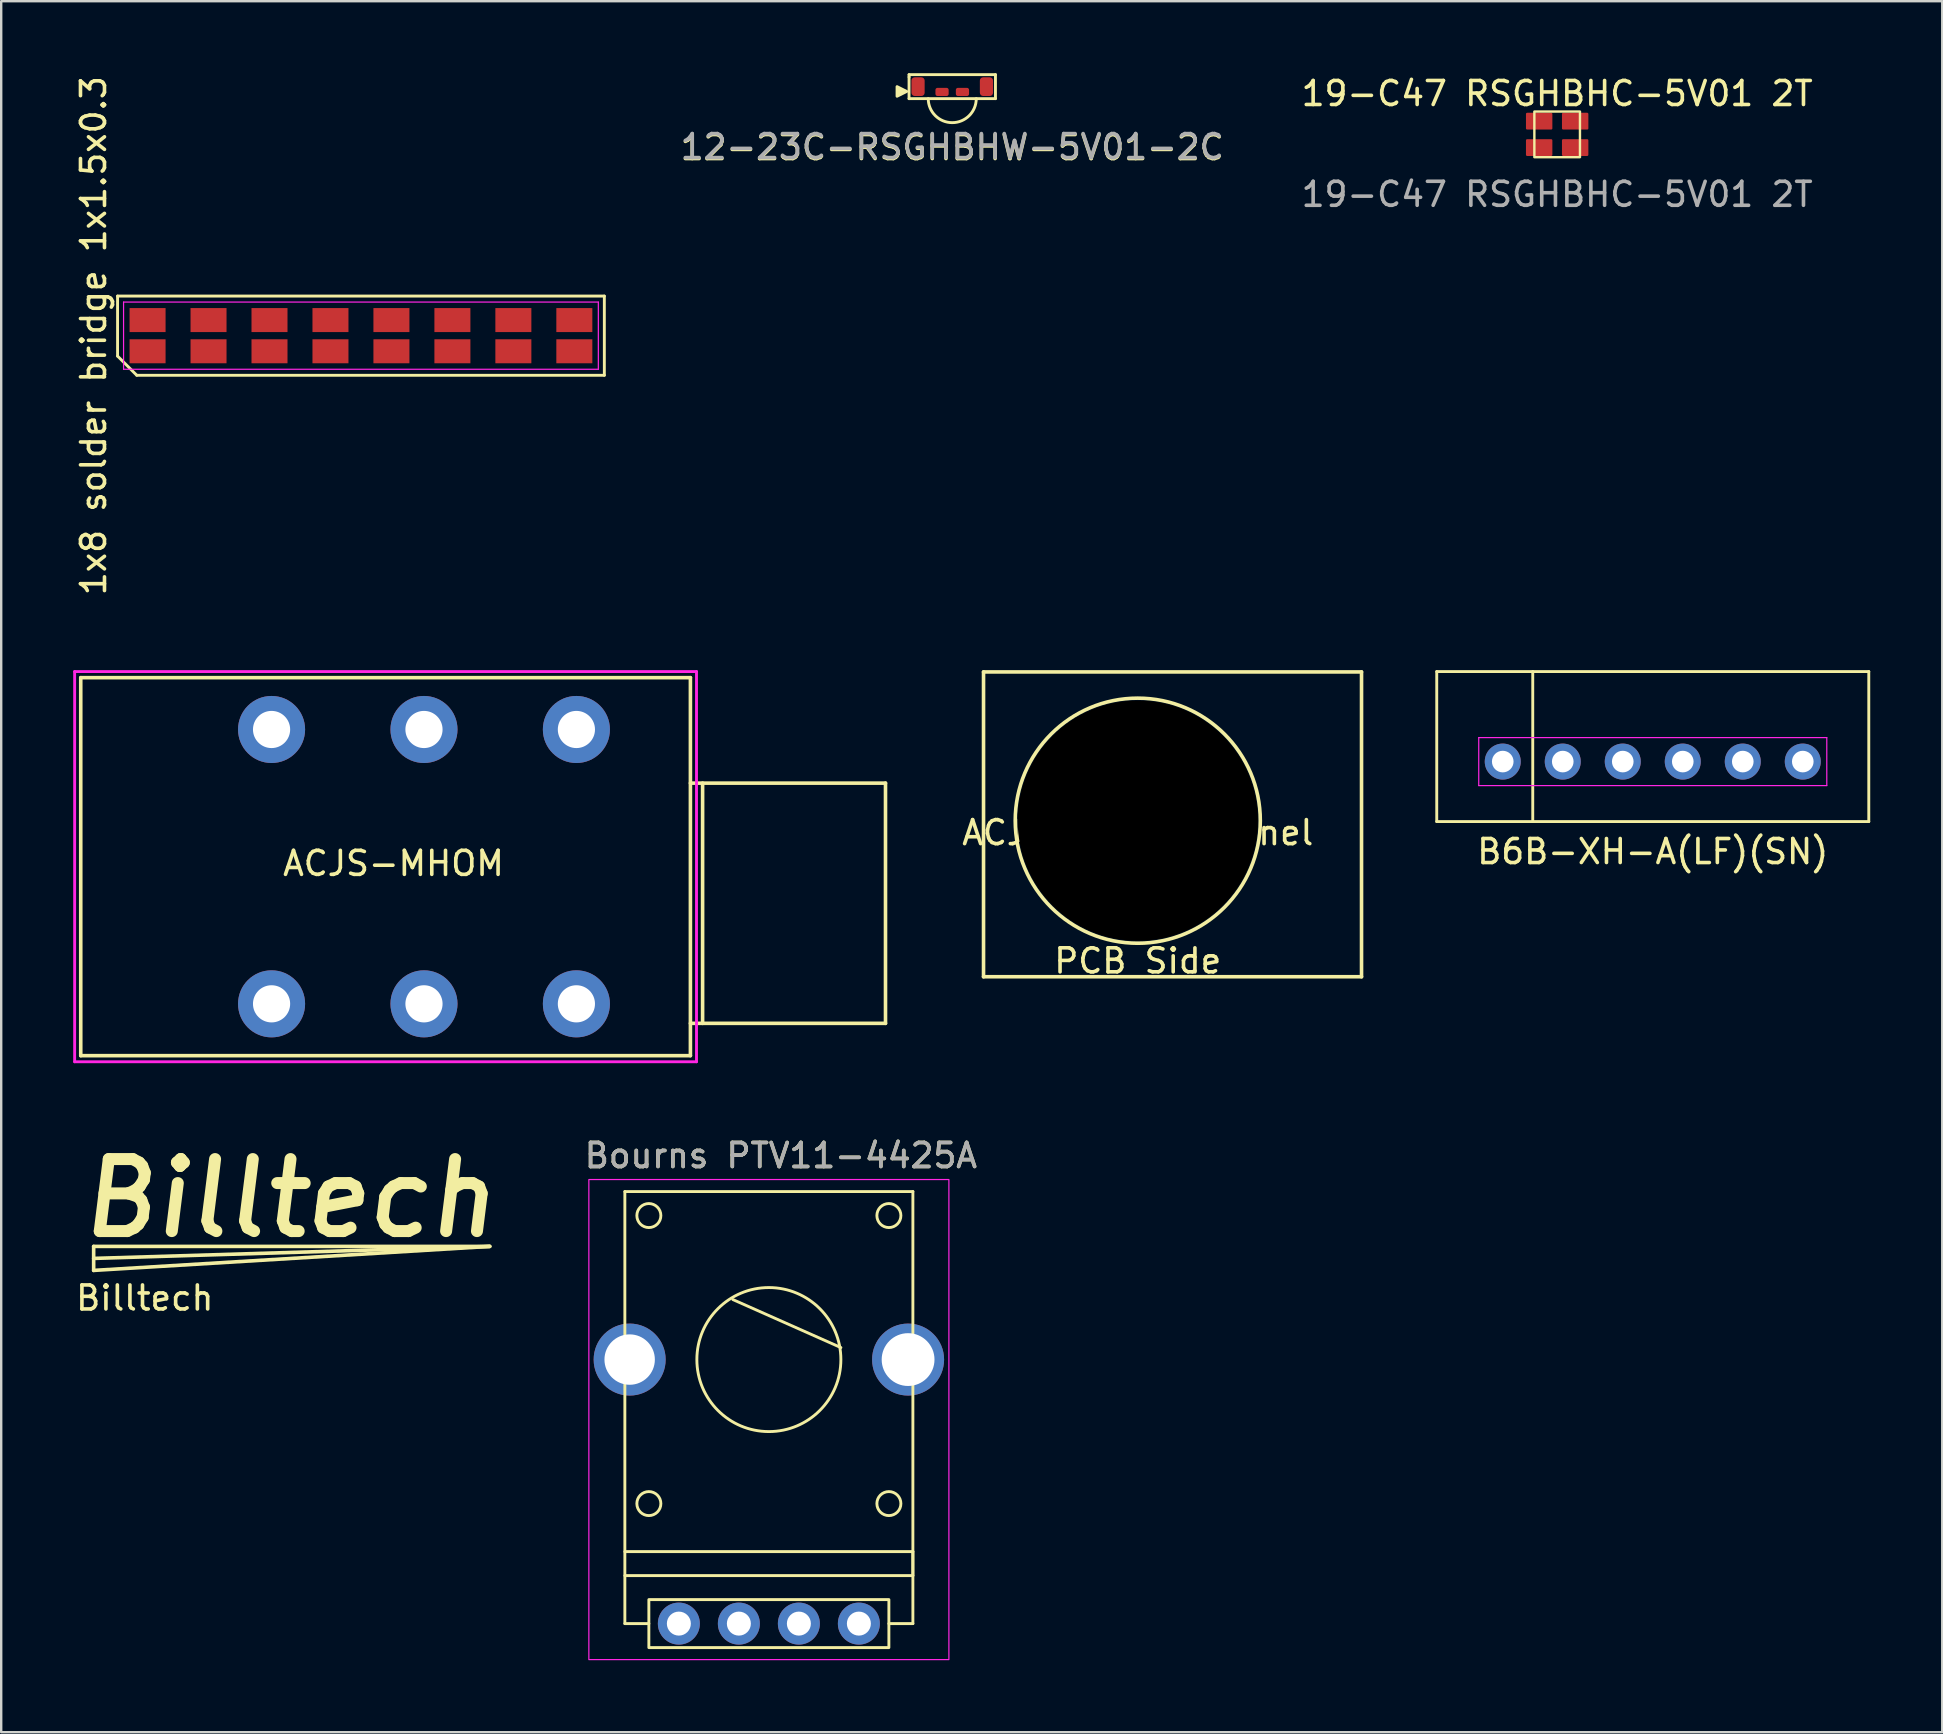
<source format=kicad_pcb>
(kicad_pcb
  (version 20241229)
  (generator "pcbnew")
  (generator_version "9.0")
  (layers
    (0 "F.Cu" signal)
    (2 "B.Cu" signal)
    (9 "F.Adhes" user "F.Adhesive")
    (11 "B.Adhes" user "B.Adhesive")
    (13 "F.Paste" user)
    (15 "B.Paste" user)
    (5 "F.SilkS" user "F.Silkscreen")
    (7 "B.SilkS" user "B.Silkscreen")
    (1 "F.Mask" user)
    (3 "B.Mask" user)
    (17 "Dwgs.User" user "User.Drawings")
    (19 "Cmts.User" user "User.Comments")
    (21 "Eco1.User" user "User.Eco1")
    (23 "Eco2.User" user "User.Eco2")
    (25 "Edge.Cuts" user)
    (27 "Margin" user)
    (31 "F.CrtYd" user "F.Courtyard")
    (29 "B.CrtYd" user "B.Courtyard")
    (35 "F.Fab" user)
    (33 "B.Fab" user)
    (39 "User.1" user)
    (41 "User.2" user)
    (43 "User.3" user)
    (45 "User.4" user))
  (footprint "19-C47 RSGHBHC-5V01 2T"
    (layer "F.Cu")
    (at 61.825 2.548)
    (property "Reference" "19-C47 RSGHBHC-5V01 2T" (at 0 -1.7 0) (unlocked yes) (layer "F.SilkS") (effects (font (size 1 1) (thickness 0.15))))
    (attr smd)
    (fp_rect (start -0.95 -0.95) (end 0.95 0.95) (stroke (width 0.1) (type default)) (fill no) (layer "F.SilkS"))
    (fp_text user "${REFERENCE}" (at 0 2.5 0) (unlocked yes) (layer "F.Fab") (effects (font (size 1 1) (thickness 0.15))))
    (pad "1" smd roundrect (at 0.75 0.55) (size 1.1 0.7) (layers "F.Cu" "F.Mask" "F.Paste") (roundrect_rratio 0.071))
    (pad "2" smd roundrect (at 0.75 -0.55) (size 1.1 0.7) (layers "F.Cu" "F.Mask" "F.Paste") (roundrect_rratio 0.071))
    (pad "3" smd roundrect (at -0.75 0.55) (size 1.1 0.7) (layers "F.Cu" "F.Mask" "F.Paste") (roundrect_rratio 0.071))
    (pad "4" smd roundrect (at -0.75 -0.55) (size 1.1 0.7) (layers "F.Cu" "F.Mask" "F.Paste") (roundrect_rratio 0.071)))
  (footprint "Bourns PTV11-4425A"
    (layer "F.Cu")
    (at 28.983 53.593)
    (property "Reference" "Bourns PTV11-4425A" (at 0.5 -8.5 0) (unlocked yes) (layer "F.SilkS") (effects (font (size 1 1) (thickness 0.15))))
    (attr through_hole)
    (fp_line (start -6 -7) (end 6 -7) (stroke (width 0.12) (type solid)) (layer "F.SilkS"))
    (fp_line (start -6 8) (end 6 8) (stroke (width 0.12) (type solid)) (layer "F.SilkS"))
    (fp_line (start -6 11) (end -6 -7) (stroke (width 0.12) (type solid)) (layer "F.SilkS"))
    (fp_line (start -5 11) (end -6 11) (stroke (width 0.12) (type solid)) (layer "F.SilkS"))
    (fp_line (start -1.5 -2.5) (end 3 -0.5) (stroke (width 0.12) (type solid)) (layer "F.SilkS"))
    (fp_line (start 6 -7) (end 6 11) (stroke (width 0.12) (type solid)) (layer "F.SilkS"))
    (fp_line (start 6 8) (end 6 9) (stroke (width 0.12) (type solid)) (layer "F.SilkS"))
    (fp_line (start 6 9) (end -6 9) (stroke (width 0.12) (type solid)) (layer "F.SilkS"))
    (fp_line (start 6 11) (end 5 11) (stroke (width 0.12) (type solid)) (layer "F.SilkS"))
    (fp_rect (start -5 10) (end 5 12) (stroke (width 0.12) (type solid)) (fill no) (layer "F.SilkS"))
    (fp_circle (center -5 -6) (end -4.5 -6) (stroke (width 0.12) (type solid)) (fill no) (layer "F.SilkS"))
    (fp_circle (center -5 6) (end -4.5 6) (stroke (width 0.12) (type solid)) (fill no) (layer "F.SilkS"))
    (fp_circle (center 0 0) (end 3 0) (stroke (width 0.12) (type solid)) (fill no) (layer "F.SilkS"))
    (fp_circle (center 5 -6) (end 5.5 -6) (stroke (width 0.12) (type solid)) (fill no) (layer "F.SilkS"))
    (fp_circle (center 5 6) (end 4.5 6) (stroke (width 0.12) (type solid)) (fill no) (layer "F.SilkS"))
    (fp_rect (start 7.5 12.5) (end -7.5 -7.5) (stroke (width 0.05) (type solid)) (fill no) (layer "F.CrtYd"))
    (fp_text user "${REFERENCE}" (at 0.5 -8.5 0) (unlocked yes) (layer "F.Fab") (effects (font (size 1 1) (thickness 0.15))))
    (pad "" np_thru_hole circle (at -5.8 0) (size 3 3) (drill 2.1) (layers "*.Cu" "*.Mask"))
    (pad "" np_thru_hole circle (at 3.75 11) (size 1.75 1.75) (drill 1) (layers "*.Cu" "*.Mask"))
    (pad "" np_thru_hole circle (at 5.8 0) (size 3 3) (drill 2.2) (layers "*.Cu" "*.Mask"))
    (pad "1" thru_hole circle (at -3.75 11) (size 1.75 1.75) (drill 1) (layers "*.Cu" "*.Mask"))
    (pad "2" thru_hole circle (at -1.25 11) (size 1.75 1.75) (drill 1) (layers "*.Cu" "*.Mask"))
    (pad "3" thru_hole circle (at 1.25 11) (size 1.75 1.75) (drill 1) (layers "*.Cu" "*.Mask")))
  (footprint "ACJS-MHOM"
    (layer "F.Cu")
    (at 25.714 34.581)
    (property "Reference" "ACJS-MHOM" (at -12.37 -1.659 0) (layer "F.SilkS") (effects (font (size 1 1) (thickness 0.15))))
    (attr through_hole)
    (fp_line (start -25.4 6.35) (end -25.4 -9.398) (stroke (width 0.15) (type solid)) (layer "F.SilkS"))
    (fp_line (start 0 -9.398) (end -25.4 -9.398) (stroke (width 0.15) (type solid)) (layer "F.SilkS"))
    (fp_line (start 0 -9.398) (end 0 6.35) (stroke (width 0.15) (type solid)) (layer "F.SilkS"))
    (fp_line (start 0 -5.004) (end 8.128 -5.004) (stroke (width 0.15) (type solid)) (layer "F.SilkS"))
    (fp_line (start 0 5.004) (end 8.128 5.004) (stroke (width 0.15) (type solid)) (layer "F.SilkS"))
    (fp_line (start 0 6.35) (end -25.4 6.35) (stroke (width 0.15) (type solid)) (layer "F.SilkS"))
    (fp_line (start 0.508 -5.004) (end 0.508 5.004) (stroke (width 0.15) (type solid)) (layer "F.SilkS"))
    (fp_line (start 8.128 -5.004) (end 8.128 5.004) (stroke (width 0.15) (type solid)) (layer "F.SilkS"))
    (fp_line (start -25.654 -9.652) (end -25.654 6.604) (stroke (width 0.12) (type solid)) (layer "F.CrtYd"))
    (fp_line (start -25.654 6.604) (end 0.254 6.604) (stroke (width 0.12) (type solid)) (layer "F.CrtYd"))
    (fp_line (start 0.254 -9.652) (end -25.654 -9.652) (stroke (width 0.12) (type solid)) (layer "F.CrtYd"))
    (fp_line (start 0.254 6.604) (end 0.254 -9.652) (stroke (width 0.12) (type solid)) (layer "F.CrtYd"))
    (pad "R" thru_hole circle (at -11.1 -7.239) (size 2.794 2.794) (drill 1.549) (layers "*.Cu" "*.Mask"))
    (pad "RN" thru_hole circle (at -11.1 4.191) (size 2.794 2.794) (drill 1.549) (layers "*.Cu" "*.Mask"))
    (pad "S" thru_hole circle (at -4.75 -7.239) (size 2.794 2.794) (drill 1.549) (layers "*.Cu" "*.Mask"))
    (pad "SN" thru_hole circle (at -4.75 4.191) (size 2.794 2.794) (drill 1.549) (layers "*.Cu" "*.Mask"))
    (pad "T" thru_hole circle (at -17.45 -7.239) (size 2.794 2.794) (drill 1.549) (layers "*.Cu" "*.Mask"))
    (pad "TN" thru_hole circle (at -17.45 4.191) (size 2.794 2.794) (drill 1.549) (layers "*.Cu" "*.Mask")))
  (footprint "B6B-XH-A(LF)(SN)"
    (layer "F.Cu")
    (at 65.808 28.679)
    (property "Reference" "B6B-XH-A(LF)(SN)" (at 0 3.75 0) (layer "F.SilkS") (effects (font (size 1 1) (thickness 0.15))))
    (fp_line (start -9 -3.75) (end 9 -3.75) (stroke (width 0.12) (type solid)) (layer "F.SilkS"))
    (fp_line (start -9 2.5) (end -9 -3.75) (stroke (width 0.12) (type solid)) (layer "F.SilkS"))
    (fp_line (start -5 -3.75) (end -5 2.5) (stroke (width 0.12) (type solid)) (layer "F.SilkS"))
    (fp_line (start 9 -3.75) (end 9 2.5) (stroke (width 0.12) (type solid)) (layer "F.SilkS"))
    (fp_line (start 9 2.5) (end -9 2.5) (stroke (width 0.12) (type solid)) (layer "F.SilkS"))
    (fp_line (start -7.25 -1) (end 7.25 -1) (stroke (width 0.05) (type solid)) (layer "F.CrtYd"))
    (fp_line (start -7.25 1) (end -7.25 -1) (stroke (width 0.05) (type solid)) (layer "F.CrtYd"))
    (fp_line (start 7.25 -1) (end 7.25 1) (stroke (width 0.05) (type solid)) (layer "F.CrtYd"))
    (fp_line (start 7.25 1) (end -7.25 1) (stroke (width 0.05) (type solid)) (layer "F.CrtYd"))
    (pad "1" thru_hole circle (at -6.25 0) (size 1.5 1.5) (drill 0.9) (layers "*.Cu" "*.Mask"))
    (pad "2" thru_hole circle (at -3.75 0) (size 1.5 1.5) (drill 0.9) (layers "*.Cu" "*.Mask"))
    (pad "3" thru_hole circle (at -1.25 0) (size 1.5 1.5) (drill 0.9) (layers "*.Cu" "*.Mask"))
    (pad "4" thru_hole circle (at 1.25 0) (size 1.5 1.5) (drill 0.9) (layers "*.Cu" "*.Mask"))
    (pad "5" thru_hole circle (at 3.75 0) (size 1.5 1.5) (drill 0.9) (layers "*.Cu" "*.Mask"))
    (pad "6" thru_hole circle (at 6.25 0) (size 1.5 1.5) (drill 0.9) (layers "*.Cu" "*.Mask")))
  (footprint "Billtech"
    (layer "F.Cu")
    (at 9.732 47.128)
    (property "Reference" "Billtech" (at -6.75 3.9 0) (layer "F.SilkS") (effects (font (size 1 1) (thickness 0.15))))
    (attr through_hole)
    (fp_line (start -8.88 1.75) (end 7.62 1.75) (stroke (width 0.15) (type solid)) (layer "F.SilkS"))
    (fp_line (start -8.88 2.25) (end 7.62 1.75) (stroke (width 0.15) (type solid)) (layer "F.SilkS"))
    (fp_line (start -8.88 2.75) (end -8.88 1.75) (stroke (width 0.15) (type solid)) (layer "F.SilkS"))
    (fp_line (start 7.62 1.75) (end -8.88 2.75) (stroke (width 0.15) (type solid)) (layer "F.SilkS"))
    (fp_text user "Billtech" (at -0.75 -0.25 0) (layer "F.SilkS") (effects (font (size 3 3) (thickness 0.5) (italic yes)))))
  (footprint "ACJS-MHOM-Panel"
    (layer "F.Cu")
    (at 44.352 31.142)
    (property "Reference" "ACJS-MHOM-Panel" (at 0 0.5 0) (layer "F.SilkS") (effects (font (size 1 1) (thickness 0.15))))
    (attr through_hole)
    (fp_line (start -6.426 -6.198) (end -6.426 6.502) (stroke (width 0.15) (type solid)) (layer "F.SilkS"))
    (fp_line (start -6.426 -6.198) (end 9.322 -6.198) (stroke (width 0.15) (type solid)) (layer "F.SilkS"))
    (fp_line (start -6.426 6.502) (end 9.322 6.502) (stroke (width 0.15) (type solid)) (layer "F.SilkS"))
    (fp_line (start 9.322 6.502) (end 9.322 -6.198) (stroke (width 0.15) (type solid)) (layer "F.SilkS"))
    (fp_circle (center 0 0) (end 5.08 -0.508) (stroke (width 0.15) (type solid)) (fill no) (layer "F.SilkS"))
    (fp_text user "PCB Side" (at 0 5.842 0) (layer "F.SilkS") (effects (font (size 1 1) (thickness 0.15))))
    (pad "" np_thru_hole circle (at 0 0) (size 10.008 10.008) (drill 10.008) (layers "*.Mask")))
  (footprint "1x8 solder bridge 1x1.5x0.3"
    (layer "F.Cu")
    (at 11.988 10.935)
    (property "Reference" "1x8 solder bridge 1x1.5x0.3" (at -11.14 0 90) (layer "F.SilkS") (effects (font (size 1 1) (thickness 0.15))))
    (attr smd exclude_from_pos_files exclude_from_bom)
    (fp_line (start -10.14 -1.65) (end 10.14 -1.65) (stroke (width 0.12) (type default)) (layer "F.SilkS"))
    (fp_line (start -10.14 0.85) (end -10.14 -1.65) (stroke (width 0.12) (type default)) (layer "F.SilkS"))
    (fp_line (start -9.34 1.65) (end -10.14 0.85) (stroke (width 0.12) (type default)) (layer "F.SilkS"))
    (fp_line (start 10.14 -1.65) (end 10.14 1.65) (stroke (width 0.12) (type default)) (layer "F.SilkS"))
    (fp_line (start 10.14 1.65) (end -9.34 1.65) (stroke (width 0.12) (type default)) (layer "F.SilkS"))
    (fp_line (start -9.89 -1.4) (end 9.89 -1.4) (stroke (width 0.05) (type default)) (layer "F.CrtYd"))
    (fp_line (start -9.89 1.4) (end -9.89 -1.4) (stroke (width 0.05) (type default)) (layer "F.CrtYd"))
    (fp_line (start 9.89 -1.4) (end 9.89 1.4) (stroke (width 0.05) (type default)) (layer "F.CrtYd"))
    (fp_line (start 9.89 1.4) (end -9.89 1.4) (stroke (width 0.05) (type default)) (layer "F.CrtYd"))
    (pad "1" smd rect (at -8.89 0.65) (size 1.5 1) (layers "F.Cu" "F.Mask" "F.Paste"))
    (pad "2" smd rect (at -6.35 0.65) (size 1.5 1) (layers "F.Cu" "F.Mask" "F.Paste"))
    (pad "3" smd rect (at -3.81 0.65) (size 1.5 1) (layers "F.Cu" "F.Mask" "F.Paste"))
    (pad "4" smd rect (at -1.27 0.65) (size 1.5 1) (layers "F.Cu" "F.Mask" "F.Paste"))
    (pad "5" smd rect (at 1.27 0.65) (size 1.5 1) (layers "F.Cu" "F.Mask" "F.Paste"))
    (pad "6" smd rect (at 3.81 0.65) (size 1.5 1) (layers "F.Cu" "F.Mask" "F.Paste"))
    (pad "7" smd rect (at 6.35 0.65) (size 1.5 1) (layers "F.Cu" "F.Mask" "F.Paste"))
    (pad "8" smd rect (at 8.89 0.65) (size 1.5 1) (layers "F.Cu" "F.Mask" "F.Paste"))
    (pad "9" smd rect (at 8.89 -0.65) (size 1.5 1) (layers "F.Cu" "F.Mask" "F.Paste"))
    (pad "10" smd rect (at 6.35 -0.65) (size 1.5 1) (layers "F.Cu" "F.Mask" "F.Paste"))
    (pad "11" smd rect (at 3.81 -0.65) (size 1.5 1) (layers "F.Cu" "F.Mask" "F.Paste"))
    (pad "12" smd rect (at 1.27 -0.65) (size 1.5 1) (layers "F.Cu" "F.Mask" "F.Paste"))
    (pad "13" smd rect (at -1.27 -0.65) (size 1.5 1) (layers "F.Cu" "F.Mask" "F.Paste"))
    (pad "14" smd rect (at -3.81 -0.65) (size 1.5 1) (layers "F.Cu" "F.Mask" "F.Paste"))
    (pad "15" smd rect (at -6.35 -0.65) (size 1.5 1) (layers "F.Cu" "F.Mask" "F.Paste"))
    (pad "16" smd rect (at -8.89 -0.65) (size 1.5 1) (layers "F.Cu" "F.Mask" "F.Paste")))
  (footprint "12-23C-RSGHBHW-5V01-2C"
    (layer "F.Cu")
    (at 36.623 0.56)
    (property "Reference" "12-23C-RSGHBHW-5V01-2C" (at 0 2.54 0) (unlocked yes) (layer "F.SilkS") (effects (font (size 1 1) (thickness 0.15))))
    (attr smd)
    (fp_line (start -1.8 -0.5) (end -1.8 -0.4) (stroke (width 0.12) (type solid)) (layer "F.SilkS"))
    (fp_line (start -1.8 -0.4) (end -1.8 0.5) (stroke (width 0.12) (type solid)) (layer "F.SilkS"))
    (fp_line (start -1.8 0.5) (end 1.8 0.5) (stroke (width 0.12) (type solid)) (layer "F.SilkS"))
    (fp_line (start 1.8 -0.5) (end -1.8 -0.5) (stroke (width 0.12) (type solid)) (layer "F.SilkS"))
    (fp_line (start 1.8 0.5) (end 1.8 -0.5) (stroke (width 0.12) (type solid)) (layer "F.SilkS"))
    (fp_arc (start 1 0.5) (mid 0 1.5) (end -1 0.5) (stroke (width 0.12) (type solid)) (layer "F.SilkS"))
    (fp_poly (pts (xy -2.3 0) (xy -1.9 0.2) (xy -2.3 0.4)) (stroke (width 0.12) (type solid)) (fill yes) (layer "F.SilkS"))
    (fp_text user "${REFERENCE}" (at 0 2.5 0) (unlocked yes) (layer "F.Fab") (effects (font (size 1 1) (thickness 0.15))))
    (pad "1" smd roundrect (at -1.425 0) (size 0.55 0.78) (layers "F.Cu" "F.Mask" "F.Paste") (roundrect_rratio 0.25))
    (pad "2" smd roundrect (at -0.425 0.22) (size 0.55 0.34) (layers "F.Cu" "F.Mask" "F.Paste") (roundrect_rratio 0.25))
    (pad "3" smd roundrect (at 0.425 0.22) (size 0.55 0.34) (layers "F.Cu" "F.Mask" "F.Paste") (roundrect_rratio 0.25))
    (pad "4" smd roundrect (at 1.425 0) (size 0.55 0.78) (layers "F.Cu" "F.Mask" "F.Paste") (roundrect_rratio 0.25)))
  (gr_rect
    (start -3 -3)
    (end 77.868 69.118)
    (stroke (width 0.1) (type default))
    (fill no)
    (layer "Edge.Cuts")))
</source>
